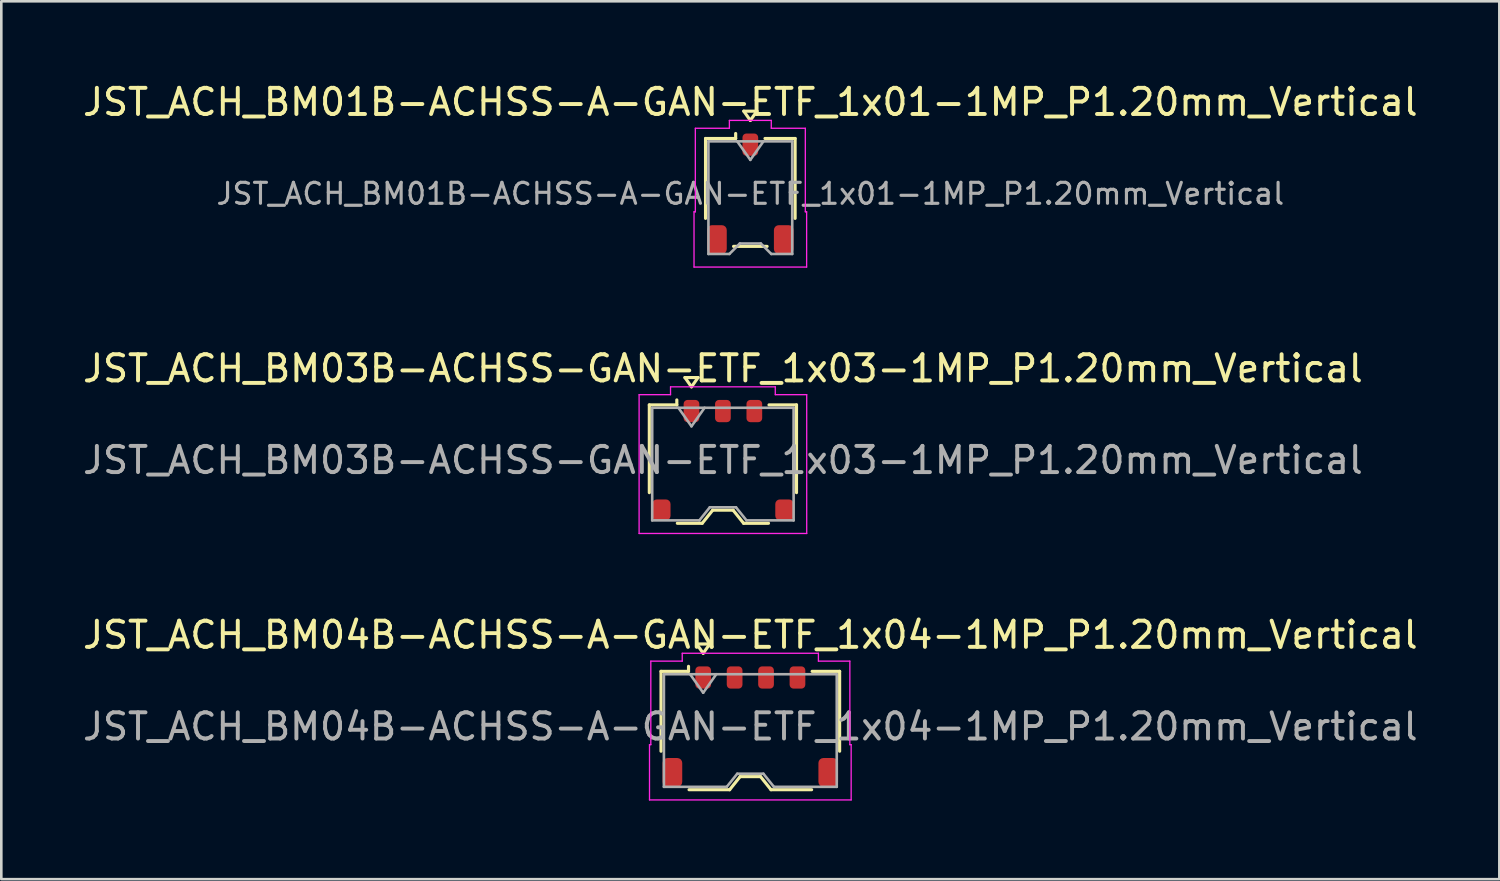
<source format=kicad_pcb>
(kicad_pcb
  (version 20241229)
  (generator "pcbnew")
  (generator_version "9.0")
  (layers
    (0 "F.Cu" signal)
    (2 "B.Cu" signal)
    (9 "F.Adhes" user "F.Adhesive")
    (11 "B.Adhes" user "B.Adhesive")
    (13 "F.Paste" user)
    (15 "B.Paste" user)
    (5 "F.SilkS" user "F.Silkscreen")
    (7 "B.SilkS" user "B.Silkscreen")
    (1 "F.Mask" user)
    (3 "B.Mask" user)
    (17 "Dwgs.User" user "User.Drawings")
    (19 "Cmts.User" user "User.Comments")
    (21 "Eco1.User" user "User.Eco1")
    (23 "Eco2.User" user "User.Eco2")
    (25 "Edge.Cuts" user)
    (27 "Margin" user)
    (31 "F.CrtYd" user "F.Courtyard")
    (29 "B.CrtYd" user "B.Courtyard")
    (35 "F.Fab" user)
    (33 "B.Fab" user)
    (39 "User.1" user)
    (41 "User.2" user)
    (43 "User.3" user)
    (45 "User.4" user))
  (footprint "JST_ACH_BM04B-ACHSS-A-GAN-ETF_1x04-1MP_P1.20mm_Vertical"
    (layer "F.Cu")
    (at 25.601 24.695)
    (property "Reference" "JST_ACH_BM04B-ACHSS-A-GAN-ETF_1x04-1MP_P1.20mm_Vertical" (at 0 -3.5 0) (layer "F.SilkS") (effects (font (size 1 1) (thickness 0.15))))
    (attr smd)
    (fp_line (start -3.41 -2.11) (end -2.36 -2.11) (stroke (width 0.12) (type solid)) (layer "F.SilkS"))
    (fp_line (start -3.41 0.94) (end -3.41 -2.11) (stroke (width 0.12) (type solid)) (layer "F.SilkS"))
    (fp_line (start -2.36 -2.11) (end -2.36 -2.3) (stroke (width 0.12) (type solid)) (layer "F.SilkS"))
    (fp_line (start -2.34 2.41) (end -0.79 2.41) (stroke (width 0.12) (type solid)) (layer "F.SilkS"))
    (fp_line (start -2.05 -3.154) (end -1.8 -2.8) (stroke (width 0.12) (type solid)) (layer "F.SilkS"))
    (fp_line (start -1.8 -2.8) (end -1.55 -3.154) (stroke (width 0.12) (type solid)) (layer "F.SilkS"))
    (fp_line (start -1.55 -3.154) (end -2.05 -3.154) (stroke (width 0.12) (type solid)) (layer "F.SilkS"))
    (fp_line (start -0.79 2.41) (end -0.39 1.91) (stroke (width 0.12) (type solid)) (layer "F.SilkS"))
    (fp_line (start -0.39 1.91) (end 0.39 1.91) (stroke (width 0.12) (type solid)) (layer "F.SilkS"))
    (fp_line (start 0.39 1.91) (end 0.79 2.41) (stroke (width 0.12) (type solid)) (layer "F.SilkS"))
    (fp_line (start 0.79 2.41) (end 2.34 2.41) (stroke (width 0.12) (type solid)) (layer "F.SilkS"))
    (fp_line (start 3.41 -2.11) (end 2.36 -2.11) (stroke (width 0.12) (type solid)) (layer "F.SilkS"))
    (fp_line (start 3.41 0.94) (end 3.41 -2.11) (stroke (width 0.12) (type solid)) (layer "F.SilkS"))
    (fp_line (start -3.85 0.69) (end -3.8 0.69) (stroke (width 0.05) (type solid)) (layer "F.CrtYd"))
    (fp_line (start -3.85 2.8) (end -3.85 0.69) (stroke (width 0.05) (type solid)) (layer "F.CrtYd"))
    (fp_line (start -3.8 -2.5) (end -2.6 -2.5) (stroke (width 0.05) (type solid)) (layer "F.CrtYd"))
    (fp_line (start -3.8 0.69) (end -3.8 -2.5) (stroke (width 0.05) (type solid)) (layer "F.CrtYd"))
    (fp_line (start -2.6 -2.8) (end 2.6 -2.8) (stroke (width 0.05) (type solid)) (layer "F.CrtYd"))
    (fp_line (start -2.6 -2.5) (end -2.6 -2.8) (stroke (width 0.05) (type solid)) (layer "F.CrtYd"))
    (fp_line (start 2.6 -2.8) (end 2.6 -2.5) (stroke (width 0.05) (type solid)) (layer "F.CrtYd"))
    (fp_line (start 2.6 -2.5) (end 3.8 -2.5) (stroke (width 0.05) (type solid)) (layer "F.CrtYd"))
    (fp_line (start 3.8 -2.5) (end 3.8 0.69) (stroke (width 0.05) (type solid)) (layer "F.CrtYd"))
    (fp_line (start 3.8 0.69) (end 3.85 0.69) (stroke (width 0.05) (type solid)) (layer "F.CrtYd"))
    (fp_line (start 3.85 0.69) (end 3.85 2.8) (stroke (width 0.05) (type solid)) (layer "F.CrtYd"))
    (fp_line (start 3.85 2.8) (end -3.85 2.8) (stroke (width 0.05) (type solid)) (layer "F.CrtYd"))
    (fp_line (start -3.3 -2) (end -3.3 2.3) (stroke (width 0.1) (type solid)) (layer "F.Fab"))
    (fp_line (start -3.3 -2) (end 3.3 -2) (stroke (width 0.1) (type solid)) (layer "F.Fab"))
    (fp_line (start -3.3 2.3) (end -0.9 2.3) (stroke (width 0.1) (type solid)) (layer "F.Fab"))
    (fp_line (start -2.3 -2) (end -1.8 -1.293) (stroke (width 0.1) (type solid)) (layer "F.Fab"))
    (fp_line (start -1.8 -1.293) (end -1.3 -2) (stroke (width 0.1) (type solid)) (layer "F.Fab"))
    (fp_line (start -0.9 2.3) (end -0.5 1.8) (stroke (width 0.1) (type solid)) (layer "F.Fab"))
    (fp_line (start -0.5 1.8) (end 0.5 1.8) (stroke (width 0.1) (type solid)) (layer "F.Fab"))
    (fp_line (start 0.5 1.8) (end 0.9 2.3) (stroke (width 0.1) (type solid)) (layer "F.Fab"))
    (fp_line (start 0.9 2.3) (end 3.3 2.3) (stroke (width 0.1) (type solid)) (layer "F.Fab"))
    (fp_line (start 3.3 -2) (end 3.3 2.3) (stroke (width 0.1) (type solid)) (layer "F.Fab"))
    (fp_text user "${REFERENCE}" (at 0 0 0) (layer "F.Fab") (effects (font (size 1 1) (thickness 0.15))))
    (pad "1" smd roundrect (at -1.8 -1.875) (size 0.6 0.85) (layers "F.Cu" "F.Mask" "F.Paste") (roundrect_rratio 0.25))
    (pad "2" smd roundrect (at -0.6 -1.875) (size 0.6 0.85) (layers "F.Cu" "F.Mask" "F.Paste") (roundrect_rratio 0.25))
    (pad "3" smd roundrect (at 0.6 -1.875) (size 0.6 0.85) (layers "F.Cu" "F.Mask" "F.Paste") (roundrect_rratio 0.25))
    (pad "4" smd roundrect (at 1.8 -1.875) (size 0.6 0.85) (layers "F.Cu" "F.Mask" "F.Paste") (roundrect_rratio 0.25))
    (pad "MP" smd roundrect (at -2.975 1.75) (size 0.75 1.1) (layers "F.Cu" "F.Mask" "F.Paste") (roundrect_rratio 0.25))
    (pad "MP" smd roundrect (at 2.975 1.75) (size 0.75 1.1) (layers "F.Cu" "F.Mask" "F.Paste") (roundrect_rratio 0.25)))
  (footprint "JST_ACH_BM01B-ACHSS-A-GAN-ETF_1x01-1MP_P1.20mm_Vertical"
    (layer "F.Cu")
    (at 25.601 4.348)
    (property "Reference" "JST_ACH_BM01B-ACHSS-A-GAN-ETF_1x01-1MP_P1.20mm_Vertical" (at 0 -3.5 0) (layer "F.SilkS") (effects (font (size 1 1) (thickness 0.15))))
    (attr smd)
    (fp_line (start -1.71 -2.11) (end -0.56 -2.11) (stroke (width 0.12) (type solid)) (layer "F.SilkS"))
    (fp_line (start -1.71 0.94) (end -1.71 -2.11) (stroke (width 0.12) (type solid)) (layer "F.SilkS"))
    (fp_line (start -0.64 2.01) (end 0.64 2.01) (stroke (width 0.12) (type solid)) (layer "F.SilkS"))
    (fp_line (start -0.56 -2.11) (end -0.56 -2.3) (stroke (width 0.12) (type solid)) (layer "F.SilkS"))
    (fp_line (start -0.25 -3.154) (end 0 -2.8) (stroke (width 0.12) (type solid)) (layer "F.SilkS"))
    (fp_line (start 0 -2.8) (end 0.25 -3.154) (stroke (width 0.12) (type solid)) (layer "F.SilkS"))
    (fp_line (start 0.25 -3.154) (end -0.25 -3.154) (stroke (width 0.12) (type solid)) (layer "F.SilkS"))
    (fp_line (start 1.71 -2.11) (end 0.56 -2.11) (stroke (width 0.12) (type solid)) (layer "F.SilkS"))
    (fp_line (start 1.71 0.94) (end 1.71 -2.11) (stroke (width 0.12) (type solid)) (layer "F.SilkS"))
    (fp_line (start -2.15 0.69) (end -2.1 0.69) (stroke (width 0.05) (type solid)) (layer "F.CrtYd"))
    (fp_line (start -2.15 2.8) (end -2.15 0.69) (stroke (width 0.05) (type solid)) (layer "F.CrtYd"))
    (fp_line (start -2.1 -2.5) (end -0.8 -2.5) (stroke (width 0.05) (type solid)) (layer "F.CrtYd"))
    (fp_line (start -2.1 0.69) (end -2.1 -2.5) (stroke (width 0.05) (type solid)) (layer "F.CrtYd"))
    (fp_line (start -0.8 -2.8) (end 0.8 -2.8) (stroke (width 0.05) (type solid)) (layer "F.CrtYd"))
    (fp_line (start -0.8 -2.5) (end -0.8 -2.8) (stroke (width 0.05) (type solid)) (layer "F.CrtYd"))
    (fp_line (start 0.8 -2.8) (end 0.8 -2.5) (stroke (width 0.05) (type solid)) (layer "F.CrtYd"))
    (fp_line (start 0.8 -2.5) (end 2.1 -2.5) (stroke (width 0.05) (type solid)) (layer "F.CrtYd"))
    (fp_line (start 2.1 -2.5) (end 2.1 0.69) (stroke (width 0.05) (type solid)) (layer "F.CrtYd"))
    (fp_line (start 2.1 0.69) (end 2.15 0.69) (stroke (width 0.05) (type solid)) (layer "F.CrtYd"))
    (fp_line (start 2.15 0.69) (end 2.15 2.8) (stroke (width 0.05) (type solid)) (layer "F.CrtYd"))
    (fp_line (start 2.15 2.8) (end -2.15 2.8) (stroke (width 0.05) (type solid)) (layer "F.CrtYd"))
    (fp_line (start -1.6 -2) (end -1.6 2.3) (stroke (width 0.1) (type solid)) (layer "F.Fab"))
    (fp_line (start -1.6 -2) (end 1.6 -2) (stroke (width 0.1) (type solid)) (layer "F.Fab"))
    (fp_line (start -1.6 2.3) (end -0.8 2.3) (stroke (width 0.1) (type solid)) (layer "F.Fab"))
    (fp_line (start -0.8 2.3) (end -0.4 1.9) (stroke (width 0.1) (type solid)) (layer "F.Fab"))
    (fp_line (start -0.5 -2) (end 0 -1.293) (stroke (width 0.1) (type solid)) (layer "F.Fab"))
    (fp_line (start -0.4 1.9) (end 0.4 1.9) (stroke (width 0.1) (type solid)) (layer "F.Fab"))
    (fp_line (start 0 -1.293) (end 0.5 -2) (stroke (width 0.1) (type solid)) (layer "F.Fab"))
    (fp_line (start 0.4 1.9) (end 0.8 2.3) (stroke (width 0.1) (type solid)) (layer "F.Fab"))
    (fp_line (start 0.8 2.3) (end 1.6 2.3) (stroke (width 0.1) (type solid)) (layer "F.Fab"))
    (fp_line (start 1.6 -2) (end 1.6 2.3) (stroke (width 0.1) (type solid)) (layer "F.Fab"))
    (fp_text user "${REFERENCE}" (at 0 0 0) (layer "F.Fab") (effects (font (size 0.8 0.8) (thickness 0.12))))
    (pad "1" smd roundrect (at 0 -1.875) (size 0.6 0.85) (layers "F.Cu" "F.Mask" "F.Paste") (roundrect_rratio 0.25))
    (pad "MP" smd roundrect (at -1.275 1.75) (size 0.75 1.1) (layers "F.Cu" "F.Mask" "F.Paste") (roundrect_rratio 0.25))
    (pad "MP" smd roundrect (at 1.275 1.75) (size 0.75 1.1) (layers "F.Cu" "F.Mask" "F.Paste") (roundrect_rratio 0.25)))
  (footprint "JST_ACH_BM03B-ACHSS-GAN-ETF_1x03-1MP_P1.20mm_Vertical"
    (layer "F.Cu")
    (at 24.554 14.521)
    (property "Reference" "JST_ACH_BM03B-ACHSS-GAN-ETF_1x03-1MP_P1.20mm_Vertical" (at 0 -3.5 0) (layer "F.SilkS") (effects (font (size 1 1) (thickness 0.15))))
    (attr smd)
    (fp_line (start -2.81 -2.11) (end -1.76 -2.11) (stroke (width 0.12) (type solid)) (layer "F.SilkS"))
    (fp_line (start -2.81 1.24) (end -2.81 -2.11) (stroke (width 0.12) (type solid)) (layer "F.SilkS"))
    (fp_line (start -1.76 -2.11) (end -1.76 -2.3) (stroke (width 0.12) (type solid)) (layer "F.SilkS"))
    (fp_line (start -1.74 2.41) (end -0.79 2.41) (stroke (width 0.12) (type solid)) (layer "F.SilkS"))
    (fp_line (start -1.45 -3.154) (end -1.2 -2.8) (stroke (width 0.12) (type solid)) (layer "F.SilkS"))
    (fp_line (start -1.2 -2.8) (end -0.95 -3.154) (stroke (width 0.12) (type solid)) (layer "F.SilkS"))
    (fp_line (start -0.95 -3.154) (end -1.45 -3.154) (stroke (width 0.12) (type solid)) (layer "F.SilkS"))
    (fp_line (start -0.79 2.41) (end -0.39 1.91) (stroke (width 0.12) (type solid)) (layer "F.SilkS"))
    (fp_line (start -0.39 1.91) (end 0.39 1.91) (stroke (width 0.12) (type solid)) (layer "F.SilkS"))
    (fp_line (start 0.39 1.91) (end 0.79 2.41) (stroke (width 0.12) (type solid)) (layer "F.SilkS"))
    (fp_line (start 0.79 2.41) (end 1.74 2.41) (stroke (width 0.12) (type solid)) (layer "F.SilkS"))
    (fp_line (start 2.81 -2.11) (end 1.76 -2.11) (stroke (width 0.12) (type solid)) (layer "F.SilkS"))
    (fp_line (start 2.81 1.24) (end 2.81 -2.11) (stroke (width 0.12) (type solid)) (layer "F.SilkS"))
    (fp_line (start -3.2 -2.5) (end -2 -2.5) (stroke (width 0.05) (type solid)) (layer "F.CrtYd"))
    (fp_line (start -3.2 2.8) (end -3.2 -2.5) (stroke (width 0.05) (type solid)) (layer "F.CrtYd"))
    (fp_line (start -2 -2.8) (end 2 -2.8) (stroke (width 0.05) (type solid)) (layer "F.CrtYd"))
    (fp_line (start -2 -2.5) (end -2 -2.8) (stroke (width 0.05) (type solid)) (layer "F.CrtYd"))
    (fp_line (start 2 -2.8) (end 2 -2.5) (stroke (width 0.05) (type solid)) (layer "F.CrtYd"))
    (fp_line (start 2 -2.5) (end 3.2 -2.5) (stroke (width 0.05) (type solid)) (layer "F.CrtYd"))
    (fp_line (start 3.2 -2.5) (end 3.2 2.8) (stroke (width 0.05) (type solid)) (layer "F.CrtYd"))
    (fp_line (start 3.2 2.8) (end -3.2 2.8) (stroke (width 0.05) (type solid)) (layer "F.CrtYd"))
    (fp_line (start -2.7 -2) (end -2.7 2.3) (stroke (width 0.1) (type solid)) (layer "F.Fab"))
    (fp_line (start -2.7 -2) (end 2.7 -2) (stroke (width 0.1) (type solid)) (layer "F.Fab"))
    (fp_line (start -2.7 2.3) (end -0.9 2.3) (stroke (width 0.1) (type solid)) (layer "F.Fab"))
    (fp_line (start -1.7 -2) (end -1.2 -1.293) (stroke (width 0.1) (type solid)) (layer "F.Fab"))
    (fp_line (start -1.2 -1.293) (end -0.7 -2) (stroke (width 0.1) (type solid)) (layer "F.Fab"))
    (fp_line (start -0.9 2.3) (end -0.5 1.8) (stroke (width 0.1) (type solid)) (layer "F.Fab"))
    (fp_line (start -0.5 1.8) (end 0.5 1.8) (stroke (width 0.1) (type solid)) (layer "F.Fab"))
    (fp_line (start 0.5 1.8) (end 0.9 2.3) (stroke (width 0.1) (type solid)) (layer "F.Fab"))
    (fp_line (start 0.9 2.3) (end 2.7 2.3) (stroke (width 0.1) (type solid)) (layer "F.Fab"))
    (fp_line (start 2.7 -2) (end 2.7 2.3) (stroke (width 0.1) (type solid)) (layer "F.Fab"))
    (fp_text user "${REFERENCE}" (at 0 0 0) (layer "F.Fab") (effects (font (size 1 1) (thickness 0.15))))
    (pad "1" smd roundrect (at -1.2 -1.875) (size 0.6 0.85) (layers "F.Cu" "F.Mask" "F.Paste") (roundrect_rratio 0.25))
    (pad "2" smd roundrect (at 0 -1.875) (size 0.6 0.85) (layers "F.Cu" "F.Mask" "F.Paste") (roundrect_rratio 0.25))
    (pad "3" smd roundrect (at 1.2 -1.875) (size 0.6 0.85) (layers "F.Cu" "F.Mask" "F.Paste") (roundrect_rratio 0.25))
    (pad "MP" smd roundrect (at -2.35 1.9) (size 0.7 0.8) (layers "F.Cu" "F.Mask" "F.Paste") (roundrect_rratio 0.25))
    (pad "MP" smd roundrect (at 2.35 1.9) (size 0.7 0.8) (layers "F.Cu" "F.Mask" "F.Paste") (roundrect_rratio 0.25)))
  (gr_rect
    (start -3 -3)
    (end 54.202 30.52)
    (stroke (width 0.1) (type default))
    (fill no)
    (layer "Edge.Cuts")))
</source>
